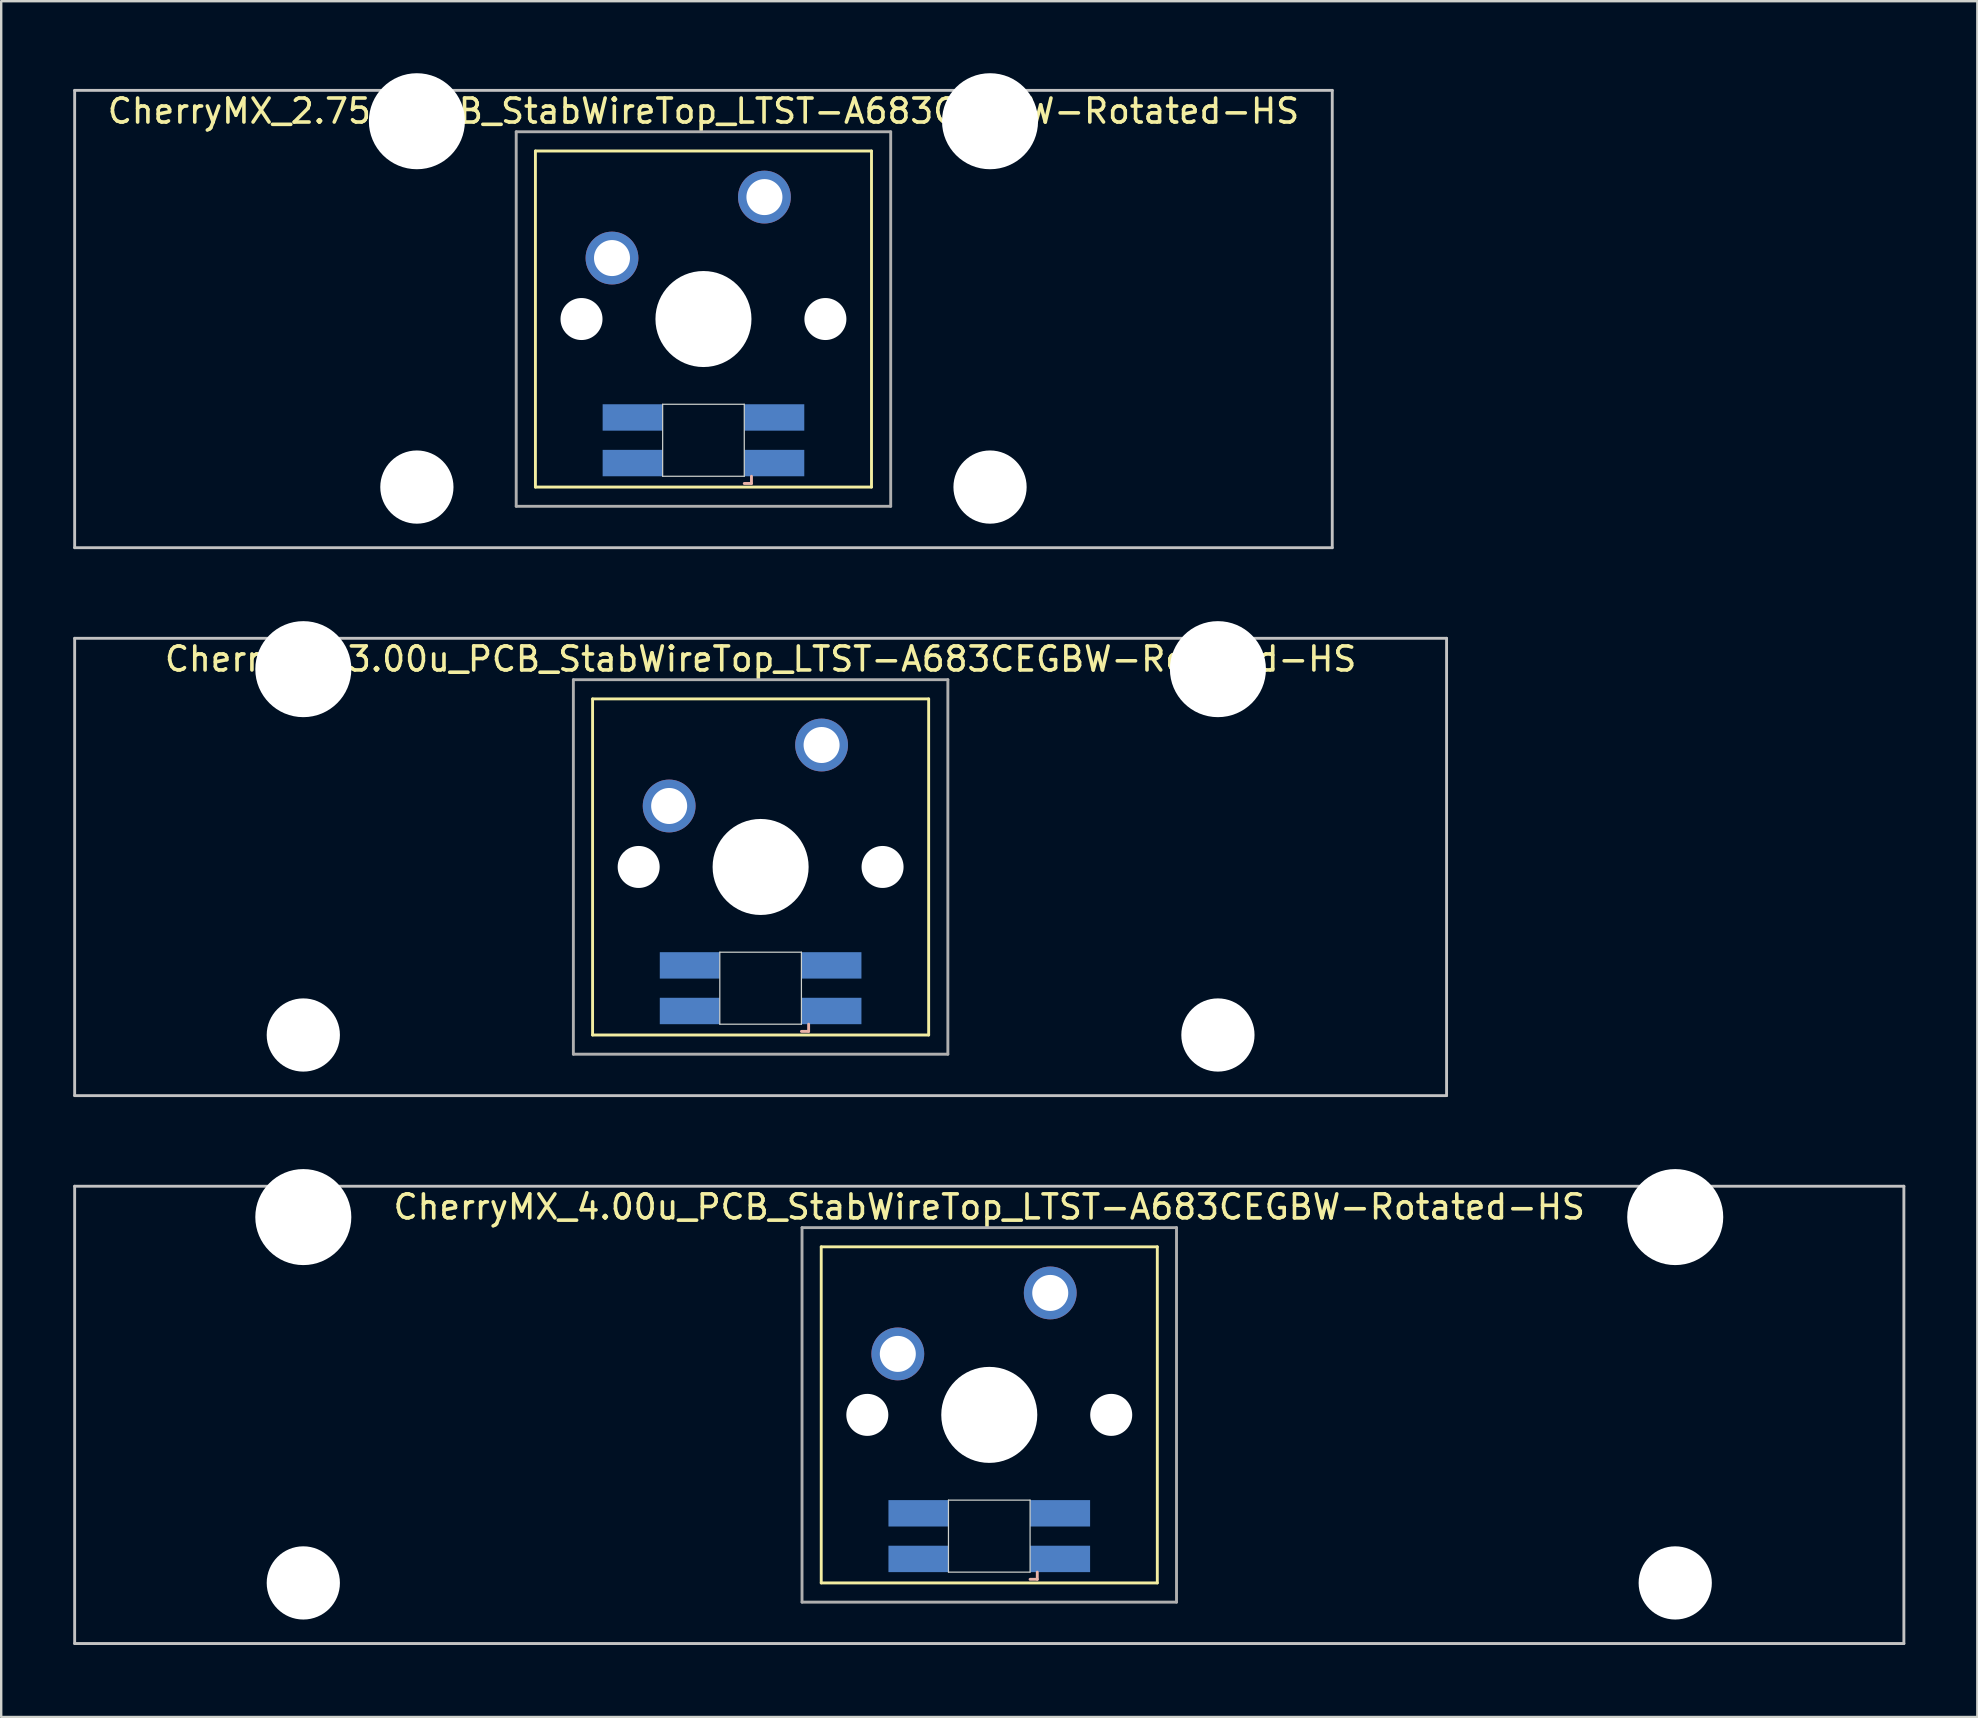
<source format=kicad_pcb>
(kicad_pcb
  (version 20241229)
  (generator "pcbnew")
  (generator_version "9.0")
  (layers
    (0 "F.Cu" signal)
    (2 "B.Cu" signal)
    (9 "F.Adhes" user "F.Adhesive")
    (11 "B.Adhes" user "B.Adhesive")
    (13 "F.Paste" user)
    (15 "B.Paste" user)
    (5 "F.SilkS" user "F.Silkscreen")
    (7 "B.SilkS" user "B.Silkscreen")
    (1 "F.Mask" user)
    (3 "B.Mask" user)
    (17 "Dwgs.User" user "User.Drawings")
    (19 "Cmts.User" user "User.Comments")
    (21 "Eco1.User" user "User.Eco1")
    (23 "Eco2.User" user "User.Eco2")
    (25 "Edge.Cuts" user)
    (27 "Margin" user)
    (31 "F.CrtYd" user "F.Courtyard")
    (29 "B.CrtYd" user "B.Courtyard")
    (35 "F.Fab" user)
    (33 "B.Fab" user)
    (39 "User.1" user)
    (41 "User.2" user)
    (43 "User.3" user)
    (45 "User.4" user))
  (footprint "CherryMX_2.75u_PCB_StabWireTop_LTST-A683CEGBW-Rotated-HS"
    (layer "F.Cu")
    (at 26.254 10.24)
    (property "Reference" "CherryMX_2.75u_PCB_StabWireTop_LTST-A683CEGBW-Rotated-HS" (at 0 -8.662 0) (layer "F.SilkS") (effects (font (size 1 1) (thickness 0.15))))
    (attr through_hole)
    (fp_line (start -7 -7) (end -7 7) (stroke (width 0.12) (type solid)) (layer "F.SilkS"))
    (fp_line (start -7 -7) (end 7 -7) (stroke (width 0.12) (type solid)) (layer "F.SilkS"))
    (fp_line (start 7 -7) (end 7 7) (stroke (width 0.12) (type solid)) (layer "F.SilkS"))
    (fp_line (start 7 7) (end -7 7) (stroke (width 0.12) (type solid)) (layer "F.SilkS"))
    (fp_line (start 1.7 6.85) (end 2 6.85) (stroke (width 0.12) (type solid)) (layer "B.SilkS"))
    (fp_line (start 2 6.85) (end 2 6.55) (stroke (width 0.12) (type solid)) (layer "B.SilkS"))
    (fp_line (start -26.194 -9.525) (end 26.194 -9.525) (stroke (width 0.12) (type solid)) (layer "Dwgs.User"))
    (fp_line (start -26.194 9.525) (end -26.194 -9.525) (stroke (width 0.12) (type solid)) (layer "Dwgs.User"))
    (fp_line (start 26.194 -9.525) (end 26.194 9.525) (stroke (width 0.12) (type solid)) (layer "Dwgs.User"))
    (fp_line (start 26.194 9.525) (end -26.194 9.525) (stroke (width 0.12) (type solid)) (layer "Dwgs.User"))
    (fp_line (start -1.7 3.55) (end 1.7 3.55) (stroke (width 0.05) (type solid)) (layer "Edge.Cuts"))
    (fp_line (start -1.7 6.55) (end -1.7 3.55) (stroke (width 0.05) (type solid)) (layer "Edge.Cuts"))
    (fp_line (start 1.7 3.55) (end 1.7 6.55) (stroke (width 0.05) (type solid)) (layer "Edge.Cuts"))
    (fp_line (start 1.7 6.55) (end -1.7 6.55) (stroke (width 0.05) (type solid)) (layer "Edge.Cuts"))
    (fp_line (start -7.8 -7.8) (end -7.8 7.8) (stroke (width 0.12) (type solid)) (layer "F.Fab"))
    (fp_line (start -7.8 -7.8) (end 7.8 -7.8) (stroke (width 0.12) (type solid)) (layer "F.Fab"))
    (fp_line (start -7.8 7.8) (end 7.8 7.8) (stroke (width 0.12) (type solid)) (layer "F.Fab"))
    (fp_line (start 7.8 -7.8) (end 7.8 7.8) (stroke (width 0.12) (type solid)) (layer "F.Fab"))
    (pad "" np_thru_hole circle (at -11.938 -8.24) (size 4 4) (drill 4) (layers "*.Cu" "*.Mask"))
    (pad "" np_thru_hole circle (at -11.938 7) (size 3.05 3.05) (drill 3.05) (layers "*.Cu" "*.Mask"))
    (pad "" np_thru_hole circle (at -5.08 0) (size 1.75 1.75) (drill 1.75) (layers "*.Cu" "*.Mask"))
    (pad "" np_thru_hole circle (at 0 0) (size 4 4) (drill 4) (layers "*.Cu" "*.Mask"))
    (pad "" np_thru_hole circle (at 5.08 0) (size 1.75 1.75) (drill 1.75) (layers "*.Cu" "*.Mask"))
    (pad "" np_thru_hole circle (at 11.938 -8.24) (size 4 4) (drill 4) (layers "*.Cu" "*.Mask"))
    (pad "" np_thru_hole circle (at 11.938 7) (size 3.05 3.05) (drill 3.05) (layers "*.Cu" "*.Mask"))
    (pad "1" thru_hole circle (at -3.81 -2.54) (size 2.2 2.2) (drill 1.5) (layers "*.Cu" "*.Mask"))
    (pad "2" thru_hole circle (at 2.54 -5.08) (size 2.2 2.2) (drill 1.5) (layers "*.Cu" "*.Mask"))
    (pad "3" smd rect (at 2.95 6) (size 2.5 1.1) (layers "B.Cu" "B.Mask" "B.Paste"))
    (pad "4" smd rect (at 2.95 4.1) (size 2.5 1.1) (layers "B.Cu" "B.Mask" "B.Paste"))
    (pad "5" smd rect (at -2.95 6) (size 2.5 1.1) (layers "B.Cu" "B.Mask" "B.Paste"))
    (pad "6" smd rect (at -2.95 4.1) (size 2.5 1.1) (layers "B.Cu" "B.Mask" "B.Paste")))
  (footprint "CherryMX_4.00u_PCB_StabWireTop_LTST-A683CEGBW-Rotated-HS"
    (layer "F.Cu")
    (at 38.16 55.89)
    (property "Reference" "CherryMX_4.00u_PCB_StabWireTop_LTST-A683CEGBW-Rotated-HS" (at 0 -8.662 0) (layer "F.SilkS") (effects (font (size 1 1) (thickness 0.15))))
    (attr through_hole)
    (fp_line (start -7 -7) (end -7 7) (stroke (width 0.12) (type solid)) (layer "F.SilkS"))
    (fp_line (start -7 -7) (end 7 -7) (stroke (width 0.12) (type solid)) (layer "F.SilkS"))
    (fp_line (start 7 -7) (end 7 7) (stroke (width 0.12) (type solid)) (layer "F.SilkS"))
    (fp_line (start 7 7) (end -7 7) (stroke (width 0.12) (type solid)) (layer "F.SilkS"))
    (fp_line (start 1.7 6.85) (end 2 6.85) (stroke (width 0.12) (type solid)) (layer "B.SilkS"))
    (fp_line (start 2 6.85) (end 2 6.55) (stroke (width 0.12) (type solid)) (layer "B.SilkS"))
    (fp_line (start -38.1 -9.525) (end 38.1 -9.525) (stroke (width 0.12) (type solid)) (layer "Dwgs.User"))
    (fp_line (start -38.1 9.525) (end -38.1 -9.525) (stroke (width 0.12) (type solid)) (layer "Dwgs.User"))
    (fp_line (start 38.1 -9.525) (end 38.1 9.525) (stroke (width 0.12) (type solid)) (layer "Dwgs.User"))
    (fp_line (start 38.1 9.525) (end -38.1 9.525) (stroke (width 0.12) (type solid)) (layer "Dwgs.User"))
    (fp_line (start -1.7 3.55) (end 1.7 3.55) (stroke (width 0.05) (type solid)) (layer "Edge.Cuts"))
    (fp_line (start -1.7 6.55) (end -1.7 3.55) (stroke (width 0.05) (type solid)) (layer "Edge.Cuts"))
    (fp_line (start 1.7 3.55) (end 1.7 6.55) (stroke (width 0.05) (type solid)) (layer "Edge.Cuts"))
    (fp_line (start 1.7 6.55) (end -1.7 6.55) (stroke (width 0.05) (type solid)) (layer "Edge.Cuts"))
    (fp_line (start -7.8 -7.8) (end -7.8 7.8) (stroke (width 0.12) (type solid)) (layer "F.Fab"))
    (fp_line (start -7.8 -7.8) (end 7.8 -7.8) (stroke (width 0.12) (type solid)) (layer "F.Fab"))
    (fp_line (start -7.8 7.8) (end 7.8 7.8) (stroke (width 0.12) (type solid)) (layer "F.Fab"))
    (fp_line (start 7.8 -7.8) (end 7.8 7.8) (stroke (width 0.12) (type solid)) (layer "F.Fab"))
    (pad "" np_thru_hole circle (at -28.575 -8.24) (size 4 4) (drill 4) (layers "*.Cu" "*.Mask"))
    (pad "" np_thru_hole circle (at -28.575 7) (size 3.05 3.05) (drill 3.05) (layers "*.Cu" "*.Mask"))
    (pad "" np_thru_hole circle (at -5.08 0) (size 1.75 1.75) (drill 1.75) (layers "*.Cu" "*.Mask"))
    (pad "" np_thru_hole circle (at 0 0) (size 4 4) (drill 4) (layers "*.Cu" "*.Mask"))
    (pad "" np_thru_hole circle (at 5.08 0) (size 1.75 1.75) (drill 1.75) (layers "*.Cu" "*.Mask"))
    (pad "" np_thru_hole circle (at 28.575 -8.24) (size 4 4) (drill 4) (layers "*.Cu" "*.Mask"))
    (pad "" np_thru_hole circle (at 28.575 7) (size 3.05 3.05) (drill 3.05) (layers "*.Cu" "*.Mask"))
    (pad "1" thru_hole circle (at -3.81 -2.54) (size 2.2 2.2) (drill 1.5) (layers "*.Cu" "*.Mask"))
    (pad "2" thru_hole circle (at 2.54 -5.08) (size 2.2 2.2) (drill 1.5) (layers "*.Cu" "*.Mask"))
    (pad "3" smd rect (at 2.95 6) (size 2.5 1.1) (layers "B.Cu" "B.Mask" "B.Paste"))
    (pad "4" smd rect (at 2.95 4.1) (size 2.5 1.1) (layers "B.Cu" "B.Mask" "B.Paste"))
    (pad "5" smd rect (at -2.95 6) (size 2.5 1.1) (layers "B.Cu" "B.Mask" "B.Paste"))
    (pad "6" smd rect (at -2.95 4.1) (size 2.5 1.1) (layers "B.Cu" "B.Mask" "B.Paste")))
  (footprint "CherryMX_3.00u_PCB_StabWireTop_LTST-A683CEGBW-Rotated-HS"
    (layer "F.Cu")
    (at 28.635 33.065)
    (property "Reference" "CherryMX_3.00u_PCB_StabWireTop_LTST-A683CEGBW-Rotated-HS" (at 0 -8.662 0) (layer "F.SilkS") (effects (font (size 1 1) (thickness 0.15))))
    (attr through_hole)
    (fp_line (start -7 -7) (end -7 7) (stroke (width 0.12) (type solid)) (layer "F.SilkS"))
    (fp_line (start -7 -7) (end 7 -7) (stroke (width 0.12) (type solid)) (layer "F.SilkS"))
    (fp_line (start 7 -7) (end 7 7) (stroke (width 0.12) (type solid)) (layer "F.SilkS"))
    (fp_line (start 7 7) (end -7 7) (stroke (width 0.12) (type solid)) (layer "F.SilkS"))
    (fp_line (start 1.7 6.85) (end 2 6.85) (stroke (width 0.12) (type solid)) (layer "B.SilkS"))
    (fp_line (start 2 6.85) (end 2 6.55) (stroke (width 0.12) (type solid)) (layer "B.SilkS"))
    (fp_line (start -28.575 -9.525) (end 28.575 -9.525) (stroke (width 0.12) (type solid)) (layer "Dwgs.User"))
    (fp_line (start -28.575 9.525) (end -28.575 -9.525) (stroke (width 0.12) (type solid)) (layer "Dwgs.User"))
    (fp_line (start 28.575 -9.525) (end 28.575 9.525) (stroke (width 0.12) (type solid)) (layer "Dwgs.User"))
    (fp_line (start 28.575 9.525) (end -28.575 9.525) (stroke (width 0.12) (type solid)) (layer "Dwgs.User"))
    (fp_line (start -1.7 3.55) (end 1.7 3.55) (stroke (width 0.05) (type solid)) (layer "Edge.Cuts"))
    (fp_line (start -1.7 6.55) (end -1.7 3.55) (stroke (width 0.05) (type solid)) (layer "Edge.Cuts"))
    (fp_line (start 1.7 3.55) (end 1.7 6.55) (stroke (width 0.05) (type solid)) (layer "Edge.Cuts"))
    (fp_line (start 1.7 6.55) (end -1.7 6.55) (stroke (width 0.05) (type solid)) (layer "Edge.Cuts"))
    (fp_line (start -7.8 -7.8) (end -7.8 7.8) (stroke (width 0.12) (type solid)) (layer "F.Fab"))
    (fp_line (start -7.8 -7.8) (end 7.8 -7.8) (stroke (width 0.12) (type solid)) (layer "F.Fab"))
    (fp_line (start -7.8 7.8) (end 7.8 7.8) (stroke (width 0.12) (type solid)) (layer "F.Fab"))
    (fp_line (start 7.8 -7.8) (end 7.8 7.8) (stroke (width 0.12) (type solid)) (layer "F.Fab"))
    (pad "" np_thru_hole circle (at -19.05 -8.24) (size 4 4) (drill 4) (layers "*.Cu" "*.Mask"))
    (pad "" np_thru_hole circle (at -19.05 7) (size 3.05 3.05) (drill 3.05) (layers "*.Cu" "*.Mask"))
    (pad "" np_thru_hole circle (at -5.08 0) (size 1.75 1.75) (drill 1.75) (layers "*.Cu" "*.Mask"))
    (pad "" np_thru_hole circle (at 0 0) (size 4 4) (drill 4) (layers "*.Cu" "*.Mask"))
    (pad "" np_thru_hole circle (at 5.08 0) (size 1.75 1.75) (drill 1.75) (layers "*.Cu" "*.Mask"))
    (pad "" np_thru_hole circle (at 19.05 -8.24) (size 4 4) (drill 4) (layers "*.Cu" "*.Mask"))
    (pad "" np_thru_hole circle (at 19.05 7) (size 3.05 3.05) (drill 3.05) (layers "*.Cu" "*.Mask"))
    (pad "1" thru_hole circle (at -3.81 -2.54) (size 2.2 2.2) (drill 1.5) (layers "*.Cu" "*.Mask"))
    (pad "2" thru_hole circle (at 2.54 -5.08) (size 2.2 2.2) (drill 1.5) (layers "*.Cu" "*.Mask"))
    (pad "3" smd rect (at 2.95 6) (size 2.5 1.1) (layers "B.Cu" "B.Mask" "B.Paste"))
    (pad "4" smd rect (at 2.95 4.1) (size 2.5 1.1) (layers "B.Cu" "B.Mask" "B.Paste"))
    (pad "5" smd rect (at -2.95 6) (size 2.5 1.1) (layers "B.Cu" "B.Mask" "B.Paste"))
    (pad "6" smd rect (at -2.95 4.1) (size 2.5 1.1) (layers "B.Cu" "B.Mask" "B.Paste")))
  (gr_rect
    (start -3 -3)
    (end 79.32 68.475)
    (stroke (width 0.1) (type default))
    (fill no)
    (layer "Edge.Cuts")))
</source>
